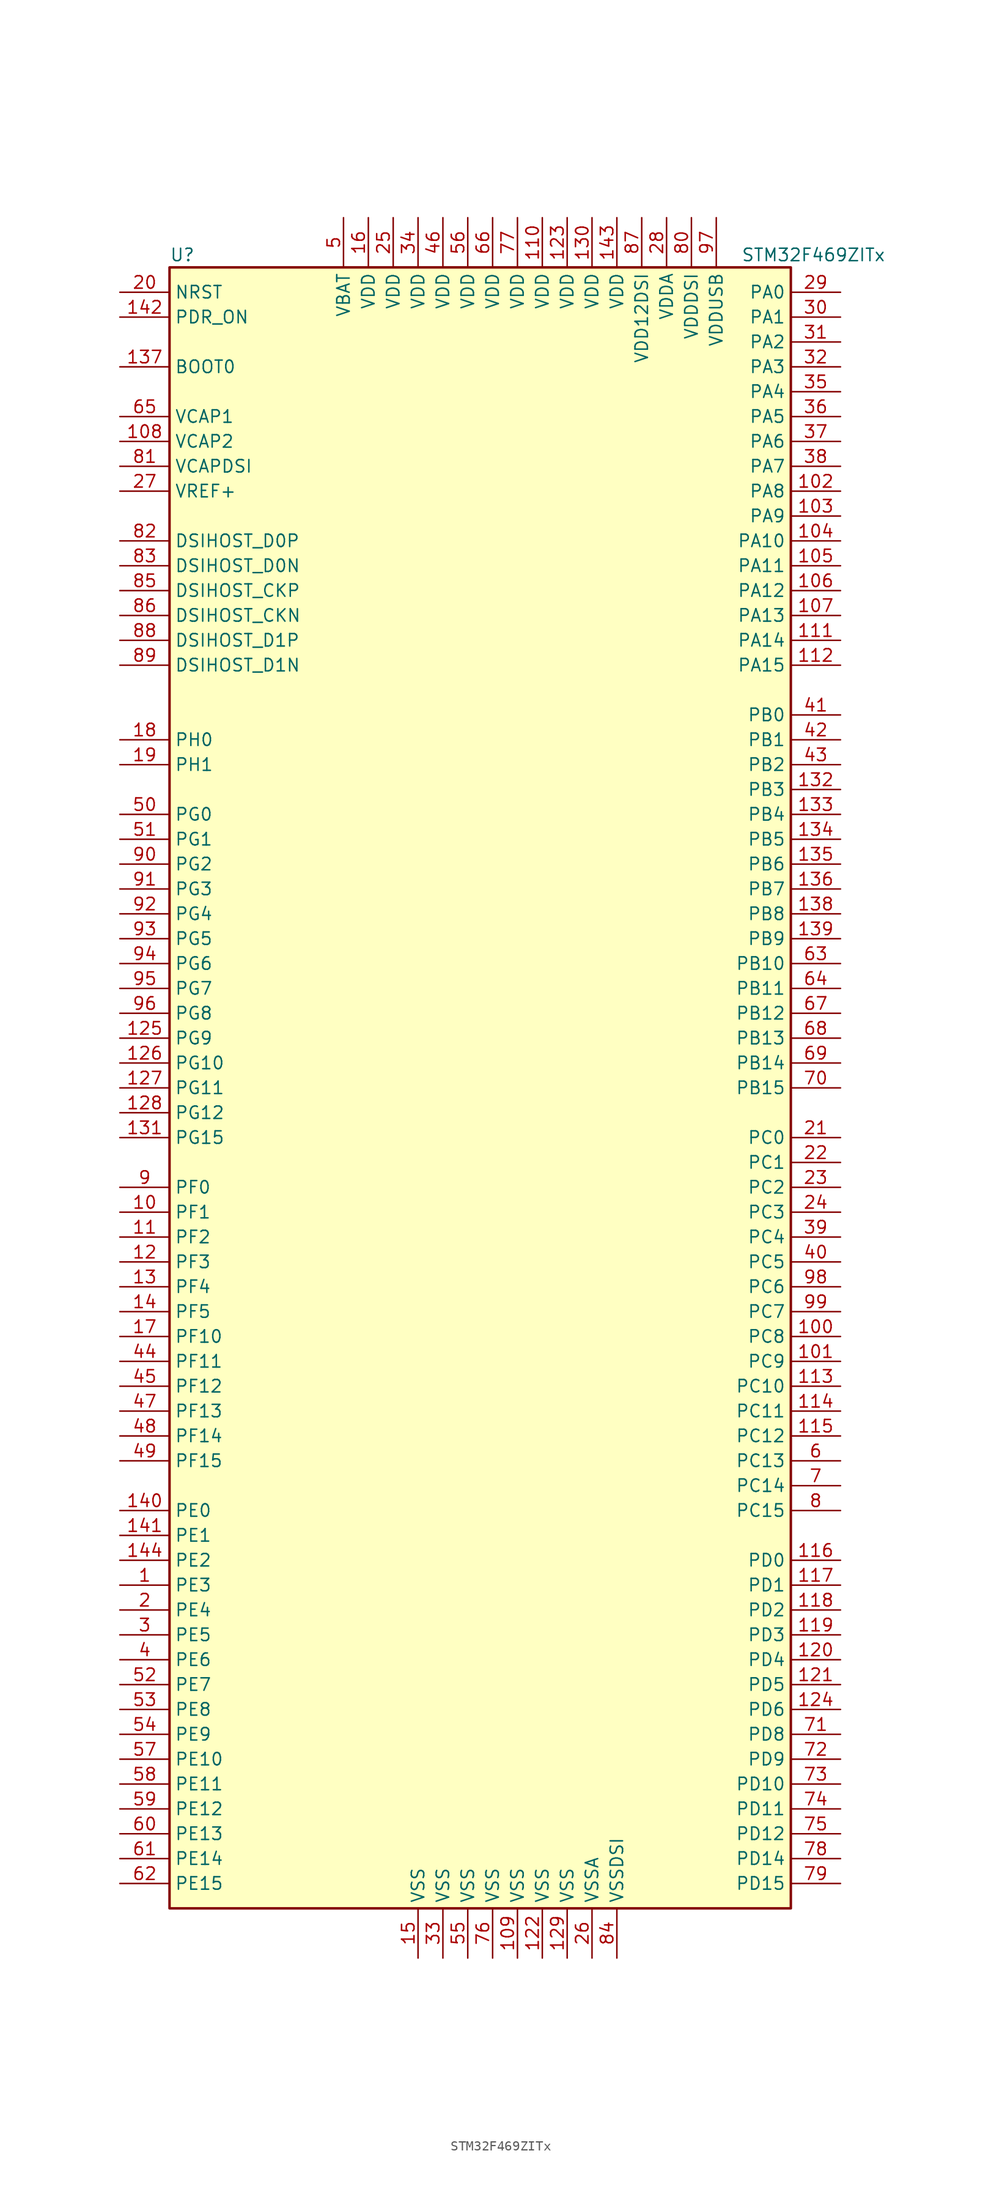
<source format=kicad_sym>
(kicad_symbol_lib
  (version 20211014)
  (generator kicad_symbol_editor)
  (symbol "STM32F469ZITx"
    (property "Reference" "U"
      (at -33.02 85.09 0)
      (effects (font (size 1.27 1.27)) (justify left)))
    (property "Value" "STM32F469ZITx"
      (at 25.4 85.09 0)
      (effects (font (size 1.27 1.27)) (justify left)))
    (symbol "STM32F469ZITx_0_1"
      (rectangle (start -33.02 -83.82) (end 30.48 83.82) (stroke (width 0.254) (type default) (color 0 0 0 0)) (fill (type background))))
    (symbol "STM32F469ZITx_1_1"
      (pin bidirectional line (at -38.1 -50.8 0) (length 5.08) (name "PE3" (effects (font (size 1.27 1.27)))) (number "1" (effects (font (size 1.27 1.27)))))
      (pin bidirectional line (at -38.1 -12.7 0) (length 5.08) (name "PF1" (effects (font (size 1.27 1.27)))) (number "10" (effects (font (size 1.27 1.27)))))
      (pin bidirectional line (at 35.56 -25.4 180) (length 5.08) (name "PC8" (effects (font (size 1.27 1.27)))) (number "100" (effects (font (size 1.27 1.27)))))
      (pin bidirectional line (at 35.56 -27.94 180) (length 5.08) (name "PC9" (effects (font (size 1.27 1.27)))) (number "101" (effects (font (size 1.27 1.27)))))
      (pin bidirectional line (at 35.56 60.96 180) (length 5.08) (name "PA8" (effects (font (size 1.27 1.27)))) (number "102" (effects (font (size 1.27 1.27)))))
      (pin bidirectional line (at 35.56 58.42 180) (length 5.08) (name "PA9" (effects (font (size 1.27 1.27)))) (number "103" (effects (font (size 1.27 1.27)))))
      (pin bidirectional line (at 35.56 55.88 180) (length 5.08) (name "PA10" (effects (font (size 1.27 1.27)))) (number "104" (effects (font (size 1.27 1.27)))))
      (pin bidirectional line (at 35.56 53.34 180) (length 5.08) (name "PA11" (effects (font (size 1.27 1.27)))) (number "105" (effects (font (size 1.27 1.27)))))
      (pin bidirectional line (at 35.56 50.8 180) (length 5.08) (name "PA12" (effects (font (size 1.27 1.27)))) (number "106" (effects (font (size 1.27 1.27)))))
      (pin bidirectional line (at 35.56 48.26 180) (length 5.08) (name "PA13" (effects (font (size 1.27 1.27)))) (number "107" (effects (font (size 1.27 1.27)))))
      (pin power_in line (at -38.1 66.04 0) (length 5.08) (name "VCAP2" (effects (font (size 1.27 1.27)))) (number "108" (effects (font (size 1.27 1.27)))))
      (pin power_in line (at 2.54 -88.9 90) (length 5.08) (name "VSS" (effects (font (size 1.27 1.27)))) (number "109" (effects (font (size 1.27 1.27)))))
      (pin bidirectional line (at -38.1 -15.24 0) (length 5.08) (name "PF2" (effects (font (size 1.27 1.27)))) (number "11" (effects (font (size 1.27 1.27)))))
      (pin power_in line (at 5.08 88.9 270) (length 5.08) (name "VDD" (effects (font (size 1.27 1.27)))) (number "110" (effects (font (size 1.27 1.27)))))
      (pin bidirectional line (at 35.56 45.72 180) (length 5.08) (name "PA14" (effects (font (size 1.27 1.27)))) (number "111" (effects (font (size 1.27 1.27)))))
      (pin bidirectional line (at 35.56 43.18 180) (length 5.08) (name "PA15" (effects (font (size 1.27 1.27)))) (number "112" (effects (font (size 1.27 1.27)))))
      (pin bidirectional line (at 35.56 -30.48 180) (length 5.08) (name "PC10" (effects (font (size 1.27 1.27)))) (number "113" (effects (font (size 1.27 1.27)))))
      (pin bidirectional line (at 35.56 -33.02 180) (length 5.08) (name "PC11" (effects (font (size 1.27 1.27)))) (number "114" (effects (font (size 1.27 1.27)))))
      (pin bidirectional line (at 35.56 -35.56 180) (length 5.08) (name "PC12" (effects (font (size 1.27 1.27)))) (number "115" (effects (font (size 1.27 1.27)))))
      (pin bidirectional line (at 35.56 -48.26 180) (length 5.08) (name "PD0" (effects (font (size 1.27 1.27)))) (number "116" (effects (font (size 1.27 1.27)))))
      (pin bidirectional line (at 35.56 -50.8 180) (length 5.08) (name "PD1" (effects (font (size 1.27 1.27)))) (number "117" (effects (font (size 1.27 1.27)))))
      (pin bidirectional line (at 35.56 -53.34 180) (length 5.08) (name "PD2" (effects (font (size 1.27 1.27)))) (number "118" (effects (font (size 1.27 1.27)))))
      (pin bidirectional line (at 35.56 -55.88 180) (length 5.08) (name "PD3" (effects (font (size 1.27 1.27)))) (number "119" (effects (font (size 1.27 1.27)))))
      (pin bidirectional line (at -38.1 -17.78 0) (length 5.08) (name "PF3" (effects (font (size 1.27 1.27)))) (number "12" (effects (font (size 1.27 1.27)))))
      (pin bidirectional line (at 35.56 -58.42 180) (length 5.08) (name "PD4" (effects (font (size 1.27 1.27)))) (number "120" (effects (font (size 1.27 1.27)))))
      (pin bidirectional line (at 35.56 -60.96 180) (length 5.08) (name "PD5" (effects (font (size 1.27 1.27)))) (number "121" (effects (font (size 1.27 1.27)))))
      (pin power_in line (at 5.08 -88.9 90) (length 5.08) (name "VSS" (effects (font (size 1.27 1.27)))) (number "122" (effects (font (size 1.27 1.27)))))
      (pin power_in line (at 7.62 88.9 270) (length 5.08) (name "VDD" (effects (font (size 1.27 1.27)))) (number "123" (effects (font (size 1.27 1.27)))))
      (pin bidirectional line (at 35.56 -63.5 180) (length 5.08) (name "PD6" (effects (font (size 1.27 1.27)))) (number "124" (effects (font (size 1.27 1.27)))))
      (pin bidirectional line (at -38.1 5.08 0) (length 5.08) (name "PG9" (effects (font (size 1.27 1.27)))) (number "125" (effects (font (size 1.27 1.27)))))
      (pin bidirectional line (at -38.1 2.54 0) (length 5.08) (name "PG10" (effects (font (size 1.27 1.27)))) (number "126" (effects (font (size 1.27 1.27)))))
      (pin bidirectional line (at -38.1 0 0) (length 5.08) (name "PG11" (effects (font (size 1.27 1.27)))) (number "127" (effects (font (size 1.27 1.27)))))
      (pin bidirectional line (at -38.1 -2.54 0) (length 5.08) (name "PG12" (effects (font (size 1.27 1.27)))) (number "128" (effects (font (size 1.27 1.27)))))
      (pin power_in line (at 7.62 -88.9 90) (length 5.08) (name "VSS" (effects (font (size 1.27 1.27)))) (number "129" (effects (font (size 1.27 1.27)))))
      (pin bidirectional line (at -38.1 -20.32 0) (length 5.08) (name "PF4" (effects (font (size 1.27 1.27)))) (number "13" (effects (font (size 1.27 1.27)))))
      (pin power_in line (at 10.16 88.9 270) (length 5.08) (name "VDD" (effects (font (size 1.27 1.27)))) (number "130" (effects (font (size 1.27 1.27)))))
      (pin bidirectional line (at -38.1 -5.08 0) (length 5.08) (name "PG15" (effects (font (size 1.27 1.27)))) (number "131" (effects (font (size 1.27 1.27)))))
      (pin bidirectional line (at 35.56 30.48 180) (length 5.08) (name "PB3" (effects (font (size 1.27 1.27)))) (number "132" (effects (font (size 1.27 1.27)))))
      (pin bidirectional line (at 35.56 27.94 180) (length 5.08) (name "PB4" (effects (font (size 1.27 1.27)))) (number "133" (effects (font (size 1.27 1.27)))))
      (pin bidirectional line (at 35.56 25.4 180) (length 5.08) (name "PB5" (effects (font (size 1.27 1.27)))) (number "134" (effects (font (size 1.27 1.27)))))
      (pin bidirectional line (at 35.56 22.86 180) (length 5.08) (name "PB6" (effects (font (size 1.27 1.27)))) (number "135" (effects (font (size 1.27 1.27)))))
      (pin bidirectional line (at 35.56 20.32 180) (length 5.08) (name "PB7" (effects (font (size 1.27 1.27)))) (number "136" (effects (font (size 1.27 1.27)))))
      (pin input line (at -38.1 73.66 0) (length 5.08) (name "BOOT0" (effects (font (size 1.27 1.27)))) (number "137" (effects (font (size 1.27 1.27)))))
      (pin bidirectional line (at 35.56 17.78 180) (length 5.08) (name "PB8" (effects (font (size 1.27 1.27)))) (number "138" (effects (font (size 1.27 1.27)))))
      (pin bidirectional line (at 35.56 15.24 180) (length 5.08) (name "PB9" (effects (font (size 1.27 1.27)))) (number "139" (effects (font (size 1.27 1.27)))))
      (pin bidirectional line (at -38.1 -22.86 0) (length 5.08) (name "PF5" (effects (font (size 1.27 1.27)))) (number "14" (effects (font (size 1.27 1.27)))))
      (pin bidirectional line (at -38.1 -43.18 0) (length 5.08) (name "PE0" (effects (font (size 1.27 1.27)))) (number "140" (effects (font (size 1.27 1.27)))))
      (pin bidirectional line (at -38.1 -45.72 0) (length 5.08) (name "PE1" (effects (font (size 1.27 1.27)))) (number "141" (effects (font (size 1.27 1.27)))))
      (pin input line (at -38.1 78.74 0) (length 5.08) (name "PDR_ON" (effects (font (size 1.27 1.27)))) (number "142" (effects (font (size 1.27 1.27)))))
      (pin power_in line (at 12.7 88.9 270) (length 5.08) (name "VDD" (effects (font (size 1.27 1.27)))) (number "143" (effects (font (size 1.27 1.27)))))
      (pin bidirectional line (at -38.1 -48.26 0) (length 5.08) (name "PE2" (effects (font (size 1.27 1.27)))) (number "144" (effects (font (size 1.27 1.27)))))
      (pin power_in line (at -7.62 -88.9 90) (length 5.08) (name "VSS" (effects (font (size 1.27 1.27)))) (number "15" (effects (font (size 1.27 1.27)))))
      (pin power_in line (at -12.7 88.9 270) (length 5.08) (name "VDD" (effects (font (size 1.27 1.27)))) (number "16" (effects (font (size 1.27 1.27)))))
      (pin bidirectional line (at -38.1 -25.4 0) (length 5.08) (name "PF10" (effects (font (size 1.27 1.27)))) (number "17" (effects (font (size 1.27 1.27)))))
      (pin input line (at -38.1 35.56 0) (length 5.08) (name "PH0" (effects (font (size 1.27 1.27)))) (number "18" (effects (font (size 1.27 1.27)))))
      (pin input line (at -38.1 33.02 0) (length 5.08) (name "PH1" (effects (font (size 1.27 1.27)))) (number "19" (effects (font (size 1.27 1.27)))))
      (pin bidirectional line (at -38.1 -53.34 0) (length 5.08) (name "PE4" (effects (font (size 1.27 1.27)))) (number "2" (effects (font (size 1.27 1.27)))))
      (pin input line (at -38.1 81.28 0) (length 5.08) (name "NRST" (effects (font (size 1.27 1.27)))) (number "20" (effects (font (size 1.27 1.27)))))
      (pin bidirectional line (at 35.56 -5.08 180) (length 5.08) (name "PC0" (effects (font (size 1.27 1.27)))) (number "21" (effects (font (size 1.27 1.27)))))
      (pin bidirectional line (at 35.56 -7.62 180) (length 5.08) (name "PC1" (effects (font (size 1.27 1.27)))) (number "22" (effects (font (size 1.27 1.27)))))
      (pin bidirectional line (at 35.56 -10.16 180) (length 5.08) (name "PC2" (effects (font (size 1.27 1.27)))) (number "23" (effects (font (size 1.27 1.27)))))
      (pin bidirectional line (at 35.56 -12.7 180) (length 5.08) (name "PC3" (effects (font (size 1.27 1.27)))) (number "24" (effects (font (size 1.27 1.27)))))
      (pin power_in line (at -10.16 88.9 270) (length 5.08) (name "VDD" (effects (font (size 1.27 1.27)))) (number "25" (effects (font (size 1.27 1.27)))))
      (pin power_in line (at 10.16 -88.9 90) (length 5.08) (name "VSSA" (effects (font (size 1.27 1.27)))) (number "26" (effects (font (size 1.27 1.27)))))
      (pin power_in line (at -38.1 60.96 0) (length 5.08) (name "VREF+" (effects (font (size 1.27 1.27)))) (number "27" (effects (font (size 1.27 1.27)))))
      (pin power_in line (at 17.78 88.9 270) (length 5.08) (name "VDDA" (effects (font (size 1.27 1.27)))) (number "28" (effects (font (size 1.27 1.27)))))
      (pin bidirectional line (at 35.56 81.28 180) (length 5.08) (name "PA0" (effects (font (size 1.27 1.27)))) (number "29" (effects (font (size 1.27 1.27)))))
      (pin bidirectional line (at -38.1 -55.88 0) (length 5.08) (name "PE5" (effects (font (size 1.27 1.27)))) (number "3" (effects (font (size 1.27 1.27)))))
      (pin bidirectional line (at 35.56 78.74 180) (length 5.08) (name "PA1" (effects (font (size 1.27 1.27)))) (number "30" (effects (font (size 1.27 1.27)))))
      (pin bidirectional line (at 35.56 76.2 180) (length 5.08) (name "PA2" (effects (font (size 1.27 1.27)))) (number "31" (effects (font (size 1.27 1.27)))))
      (pin bidirectional line (at 35.56 73.66 180) (length 5.08) (name "PA3" (effects (font (size 1.27 1.27)))) (number "32" (effects (font (size 1.27 1.27)))))
      (pin power_in line (at -5.08 -88.9 90) (length 5.08) (name "VSS" (effects (font (size 1.27 1.27)))) (number "33" (effects (font (size 1.27 1.27)))))
      (pin power_in line (at -7.62 88.9 270) (length 5.08) (name "VDD" (effects (font (size 1.27 1.27)))) (number "34" (effects (font (size 1.27 1.27)))))
      (pin bidirectional line (at 35.56 71.12 180) (length 5.08) (name "PA4" (effects (font (size 1.27 1.27)))) (number "35" (effects (font (size 1.27 1.27)))))
      (pin bidirectional line (at 35.56 68.58 180) (length 5.08) (name "PA5" (effects (font (size 1.27 1.27)))) (number "36" (effects (font (size 1.27 1.27)))))
      (pin bidirectional line (at 35.56 66.04 180) (length 5.08) (name "PA6" (effects (font (size 1.27 1.27)))) (number "37" (effects (font (size 1.27 1.27)))))
      (pin bidirectional line (at 35.56 63.5 180) (length 5.08) (name "PA7" (effects (font (size 1.27 1.27)))) (number "38" (effects (font (size 1.27 1.27)))))
      (pin bidirectional line (at 35.56 -15.24 180) (length 5.08) (name "PC4" (effects (font (size 1.27 1.27)))) (number "39" (effects (font (size 1.27 1.27)))))
      (pin bidirectional line (at -38.1 -58.42 0) (length 5.08) (name "PE6" (effects (font (size 1.27 1.27)))) (number "4" (effects (font (size 1.27 1.27)))))
      (pin bidirectional line (at 35.56 -17.78 180) (length 5.08) (name "PC5" (effects (font (size 1.27 1.27)))) (number "40" (effects (font (size 1.27 1.27)))))
      (pin bidirectional line (at 35.56 38.1 180) (length 5.08) (name "PB0" (effects (font (size 1.27 1.27)))) (number "41" (effects (font (size 1.27 1.27)))))
      (pin bidirectional line (at 35.56 35.56 180) (length 5.08) (name "PB1" (effects (font (size 1.27 1.27)))) (number "42" (effects (font (size 1.27 1.27)))))
      (pin bidirectional line (at 35.56 33.02 180) (length 5.08) (name "PB2" (effects (font (size 1.27 1.27)))) (number "43" (effects (font (size 1.27 1.27)))))
      (pin bidirectional line (at -38.1 -27.94 0) (length 5.08) (name "PF11" (effects (font (size 1.27 1.27)))) (number "44" (effects (font (size 1.27 1.27)))))
      (pin bidirectional line (at -38.1 -30.48 0) (length 5.08) (name "PF12" (effects (font (size 1.27 1.27)))) (number "45" (effects (font (size 1.27 1.27)))))
      (pin power_in line (at -5.08 88.9 270) (length 5.08) (name "VDD" (effects (font (size 1.27 1.27)))) (number "46" (effects (font (size 1.27 1.27)))))
      (pin bidirectional line (at -38.1 -33.02 0) (length 5.08) (name "PF13" (effects (font (size 1.27 1.27)))) (number "47" (effects (font (size 1.27 1.27)))))
      (pin bidirectional line (at -38.1 -35.56 0) (length 5.08) (name "PF14" (effects (font (size 1.27 1.27)))) (number "48" (effects (font (size 1.27 1.27)))))
      (pin bidirectional line (at -38.1 -38.1 0) (length 5.08) (name "PF15" (effects (font (size 1.27 1.27)))) (number "49" (effects (font (size 1.27 1.27)))))
      (pin power_in line (at -15.24 88.9 270) (length 5.08) (name "VBAT" (effects (font (size 1.27 1.27)))) (number "5" (effects (font (size 1.27 1.27)))))
      (pin bidirectional line (at -38.1 27.94 0) (length 5.08) (name "PG0" (effects (font (size 1.27 1.27)))) (number "50" (effects (font (size 1.27 1.27)))))
      (pin bidirectional line (at -38.1 25.4 0) (length 5.08) (name "PG1" (effects (font (size 1.27 1.27)))) (number "51" (effects (font (size 1.27 1.27)))))
      (pin bidirectional line (at -38.1 -60.96 0) (length 5.08) (name "PE7" (effects (font (size 1.27 1.27)))) (number "52" (effects (font (size 1.27 1.27)))))
      (pin bidirectional line (at -38.1 -63.5 0) (length 5.08) (name "PE8" (effects (font (size 1.27 1.27)))) (number "53" (effects (font (size 1.27 1.27)))))
      (pin bidirectional line (at -38.1 -66.04 0) (length 5.08) (name "PE9" (effects (font (size 1.27 1.27)))) (number "54" (effects (font (size 1.27 1.27)))))
      (pin power_in line (at -2.54 -88.9 90) (length 5.08) (name "VSS" (effects (font (size 1.27 1.27)))) (number "55" (effects (font (size 1.27 1.27)))))
      (pin power_in line (at -2.54 88.9 270) (length 5.08) (name "VDD" (effects (font (size 1.27 1.27)))) (number "56" (effects (font (size 1.27 1.27)))))
      (pin bidirectional line (at -38.1 -68.58 0) (length 5.08) (name "PE10" (effects (font (size 1.27 1.27)))) (number "57" (effects (font (size 1.27 1.27)))))
      (pin bidirectional line (at -38.1 -71.12 0) (length 5.08) (name "PE11" (effects (font (size 1.27 1.27)))) (number "58" (effects (font (size 1.27 1.27)))))
      (pin bidirectional line (at -38.1 -73.66 0) (length 5.08) (name "PE12" (effects (font (size 1.27 1.27)))) (number "59" (effects (font (size 1.27 1.27)))))
      (pin bidirectional line (at 35.56 -38.1 180) (length 5.08) (name "PC13" (effects (font (size 1.27 1.27)))) (number "6" (effects (font (size 1.27 1.27)))))
      (pin bidirectional line (at -38.1 -76.2 0) (length 5.08) (name "PE13" (effects (font (size 1.27 1.27)))) (number "60" (effects (font (size 1.27 1.27)))))
      (pin bidirectional line (at -38.1 -78.74 0) (length 5.08) (name "PE14" (effects (font (size 1.27 1.27)))) (number "61" (effects (font (size 1.27 1.27)))))
      (pin bidirectional line (at -38.1 -81.28 0) (length 5.08) (name "PE15" (effects (font (size 1.27 1.27)))) (number "62" (effects (font (size 1.27 1.27)))))
      (pin bidirectional line (at 35.56 12.7 180) (length 5.08) (name "PB10" (effects (font (size 1.27 1.27)))) (number "63" (effects (font (size 1.27 1.27)))))
      (pin bidirectional line (at 35.56 10.16 180) (length 5.08) (name "PB11" (effects (font (size 1.27 1.27)))) (number "64" (effects (font (size 1.27 1.27)))))
      (pin power_in line (at -38.1 68.58 0) (length 5.08) (name "VCAP1" (effects (font (size 1.27 1.27)))) (number "65" (effects (font (size 1.27 1.27)))))
      (pin power_in line (at 0 88.9 270) (length 5.08) (name "VDD" (effects (font (size 1.27 1.27)))) (number "66" (effects (font (size 1.27 1.27)))))
      (pin bidirectional line (at 35.56 7.62 180) (length 5.08) (name "PB12" (effects (font (size 1.27 1.27)))) (number "67" (effects (font (size 1.27 1.27)))))
      (pin bidirectional line (at 35.56 5.08 180) (length 5.08) (name "PB13" (effects (font (size 1.27 1.27)))) (number "68" (effects (font (size 1.27 1.27)))))
      (pin bidirectional line (at 35.56 2.54 180) (length 5.08) (name "PB14" (effects (font (size 1.27 1.27)))) (number "69" (effects (font (size 1.27 1.27)))))
      (pin bidirectional line (at 35.56 -40.64 180) (length 5.08) (name "PC14" (effects (font (size 1.27 1.27)))) (number "7" (effects (font (size 1.27 1.27)))))
      (pin bidirectional line (at 35.56 0 180) (length 5.08) (name "PB15" (effects (font (size 1.27 1.27)))) (number "70" (effects (font (size 1.27 1.27)))))
      (pin bidirectional line (at 35.56 -66.04 180) (length 5.08) (name "PD8" (effects (font (size 1.27 1.27)))) (number "71" (effects (font (size 1.27 1.27)))))
      (pin bidirectional line (at 35.56 -68.58 180) (length 5.08) (name "PD9" (effects (font (size 1.27 1.27)))) (number "72" (effects (font (size 1.27 1.27)))))
      (pin bidirectional line (at 35.56 -71.12 180) (length 5.08) (name "PD10" (effects (font (size 1.27 1.27)))) (number "73" (effects (font (size 1.27 1.27)))))
      (pin bidirectional line (at 35.56 -73.66 180) (length 5.08) (name "PD11" (effects (font (size 1.27 1.27)))) (number "74" (effects (font (size 1.27 1.27)))))
      (pin bidirectional line (at 35.56 -76.2 180) (length 5.08) (name "PD12" (effects (font (size 1.27 1.27)))) (number "75" (effects (font (size 1.27 1.27)))))
      (pin power_in line (at 0 -88.9 90) (length 5.08) (name "VSS" (effects (font (size 1.27 1.27)))) (number "76" (effects (font (size 1.27 1.27)))))
      (pin power_in line (at 2.54 88.9 270) (length 5.08) (name "VDD" (effects (font (size 1.27 1.27)))) (number "77" (effects (font (size 1.27 1.27)))))
      (pin bidirectional line (at 35.56 -78.74 180) (length 5.08) (name "PD14" (effects (font (size 1.27 1.27)))) (number "78" (effects (font (size 1.27 1.27)))))
      (pin bidirectional line (at 35.56 -81.28 180) (length 5.08) (name "PD15" (effects (font (size 1.27 1.27)))) (number "79" (effects (font (size 1.27 1.27)))))
      (pin bidirectional line (at 35.56 -43.18 180) (length 5.08) (name "PC15" (effects (font (size 1.27 1.27)))) (number "8" (effects (font (size 1.27 1.27)))))
      (pin power_in line (at 20.32 88.9 270) (length 5.08) (name "VDDDSI" (effects (font (size 1.27 1.27)))) (number "80" (effects (font (size 1.27 1.27)))))
      (pin power_in line (at -38.1 63.5 0) (length 5.08) (name "VCAPDSI" (effects (font (size 1.27 1.27)))) (number "81" (effects (font (size 1.27 1.27)))))
      (pin bidirectional line (at -38.1 55.88 0) (length 5.08) (name "DSIHOST_D0P" (effects (font (size 1.27 1.27)))) (number "82" (effects (font (size 1.27 1.27)))))
      (pin bidirectional line (at -38.1 53.34 0) (length 5.08) (name "DSIHOST_D0N" (effects (font (size 1.27 1.27)))) (number "83" (effects (font (size 1.27 1.27)))))
      (pin power_in line (at 12.7 -88.9 90) (length 5.08) (name "VSSDSI" (effects (font (size 1.27 1.27)))) (number "84" (effects (font (size 1.27 1.27)))))
      (pin bidirectional line (at -38.1 50.8 0) (length 5.08) (name "DSIHOST_CKP" (effects (font (size 1.27 1.27)))) (number "85" (effects (font (size 1.27 1.27)))))
      (pin bidirectional line (at -38.1 48.26 0) (length 5.08) (name "DSIHOST_CKN" (effects (font (size 1.27 1.27)))) (number "86" (effects (font (size 1.27 1.27)))))
      (pin power_in line (at 15.24 88.9 270) (length 5.08) (name "VDD12DSI" (effects (font (size 1.27 1.27)))) (number "87" (effects (font (size 1.27 1.27)))))
      (pin bidirectional line (at -38.1 45.72 0) (length 5.08) (name "DSIHOST_D1P" (effects (font (size 1.27 1.27)))) (number "88" (effects (font (size 1.27 1.27)))))
      (pin bidirectional line (at -38.1 43.18 0) (length 5.08) (name "DSIHOST_D1N" (effects (font (size 1.27 1.27)))) (number "89" (effects (font (size 1.27 1.27)))))
      (pin bidirectional line (at -38.1 -10.16 0) (length 5.08) (name "PF0" (effects (font (size 1.27 1.27)))) (number "9" (effects (font (size 1.27 1.27)))))
      (pin bidirectional line (at -38.1 22.86 0) (length 5.08) (name "PG2" (effects (font (size 1.27 1.27)))) (number "90" (effects (font (size 1.27 1.27)))))
      (pin bidirectional line (at -38.1 20.32 0) (length 5.08) (name "PG3" (effects (font (size 1.27 1.27)))) (number "91" (effects (font (size 1.27 1.27)))))
      (pin bidirectional line (at -38.1 17.78 0) (length 5.08) (name "PG4" (effects (font (size 1.27 1.27)))) (number "92" (effects (font (size 1.27 1.27)))))
      (pin bidirectional line (at -38.1 15.24 0) (length 5.08) (name "PG5" (effects (font (size 1.27 1.27)))) (number "93" (effects (font (size 1.27 1.27)))))
      (pin bidirectional line (at -38.1 12.7 0) (length 5.08) (name "PG6" (effects (font (size 1.27 1.27)))) (number "94" (effects (font (size 1.27 1.27)))))
      (pin bidirectional line (at -38.1 10.16 0) (length 5.08) (name "PG7" (effects (font (size 1.27 1.27)))) (number "95" (effects (font (size 1.27 1.27)))))
      (pin bidirectional line (at -38.1 7.62 0) (length 5.08) (name "PG8" (effects (font (size 1.27 1.27)))) (number "96" (effects (font (size 1.27 1.27)))))
      (pin power_in line (at 22.86 88.9 270) (length 5.08) (name "VDDUSB" (effects (font (size 1.27 1.27)))) (number "97" (effects (font (size 1.27 1.27)))))
      (pin bidirectional line (at 35.56 -20.32 180) (length 5.08) (name "PC6" (effects (font (size 1.27 1.27)))) (number "98" (effects (font (size 1.27 1.27)))))
      (pin bidirectional line (at 35.56 -22.86 180) (length 5.08) (name "PC7" (effects (font (size 1.27 1.27)))) (number "99" (effects (font (size 1.27 1.27))))))))
</source>
